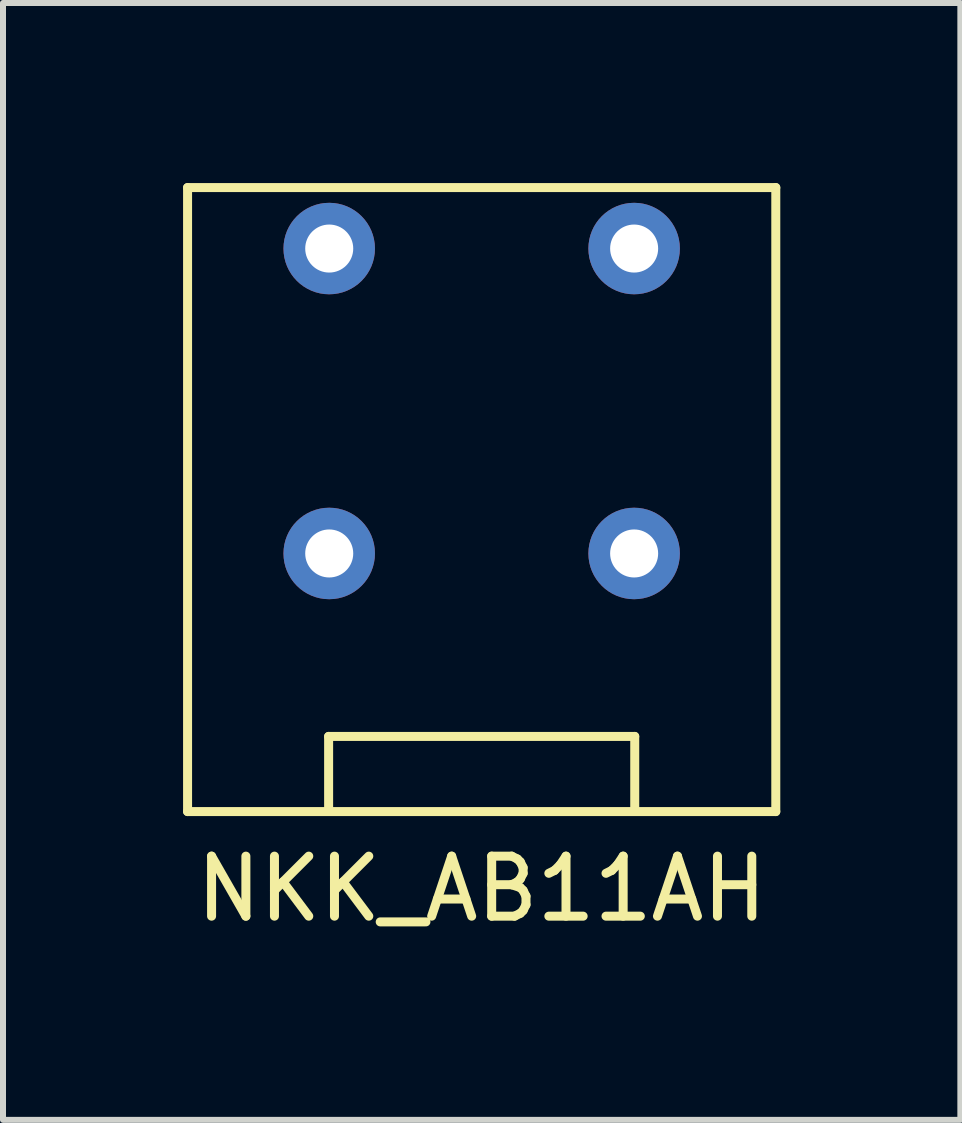
<source format=kicad_pcb>
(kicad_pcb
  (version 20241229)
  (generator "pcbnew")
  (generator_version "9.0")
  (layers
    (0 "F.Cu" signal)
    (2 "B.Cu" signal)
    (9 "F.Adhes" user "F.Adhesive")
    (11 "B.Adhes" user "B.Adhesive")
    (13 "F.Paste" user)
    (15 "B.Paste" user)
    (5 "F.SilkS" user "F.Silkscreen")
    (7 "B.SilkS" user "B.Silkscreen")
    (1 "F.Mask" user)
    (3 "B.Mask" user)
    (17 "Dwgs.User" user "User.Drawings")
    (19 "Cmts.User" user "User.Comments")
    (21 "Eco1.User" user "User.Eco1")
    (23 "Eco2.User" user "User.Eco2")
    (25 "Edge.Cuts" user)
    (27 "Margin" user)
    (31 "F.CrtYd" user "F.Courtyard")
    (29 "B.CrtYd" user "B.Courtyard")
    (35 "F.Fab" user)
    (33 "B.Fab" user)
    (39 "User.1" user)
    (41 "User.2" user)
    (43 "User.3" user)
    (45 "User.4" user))
  (footprint "NKK_AB11AH"
    (layer "F.Cu")
    (at 4.975 1.091)
    (property "Reference" "NKK_AB11AH" (at 0 10.668 0) (layer "F.SilkS") (effects (font (size 1 1) (thickness 0.15))))
    (attr through_hole)
    (fp_line (start -4.9 -1.016) (end -4.9 9.38) (stroke (width 0.15) (type solid)) (layer "F.SilkS"))
    (fp_line (start -4.9 -1.016) (end 4.9 -1.016) (stroke (width 0.15) (type solid)) (layer "F.SilkS"))
    (fp_line (start -4.9 9.38) (end 4.9 9.38) (stroke (width 0.15) (type solid)) (layer "F.SilkS"))
    (fp_line (start -2.55 8.128) (end 2.55 8.128) (stroke (width 0.15) (type solid)) (layer "F.SilkS"))
    (fp_line (start -2.55 9.347) (end -2.55 8.128) (stroke (width 0.15) (type solid)) (layer "F.SilkS"))
    (fp_line (start 2.55 9.347) (end 2.55 8.128) (stroke (width 0.15) (type solid)) (layer "F.SilkS"))
    (fp_line (start 4.9 -1.016) (end 4.9 9.38) (stroke (width 0.15) (type solid)) (layer "F.SilkS"))
    (pad "" np_thru_hole circle (at -2.54 5.08) (size 1.524 1.524) (drill 0.8) (layers "*.Cu" "*.Mask"))
    (pad "" np_thru_hole circle (at 2.54 5.08) (size 1.524 1.524) (drill 0.8) (layers "*.Cu" "*.Mask"))
    (pad "1" thru_hole circle (at -2.54 0) (size 1.524 1.524) (drill 0.8) (layers "*.Cu" "*.Mask"))
    (pad "2" thru_hole circle (at 2.54 0) (size 1.524 1.524) (drill 0.8) (layers "*.Cu" "*.Mask")))
  (gr_rect
    (start -3 -3)
    (end 12.95 15.607)
    (stroke (width 0.1) (type default))
    (fill no)
    (layer "Edge.Cuts")))
</source>
